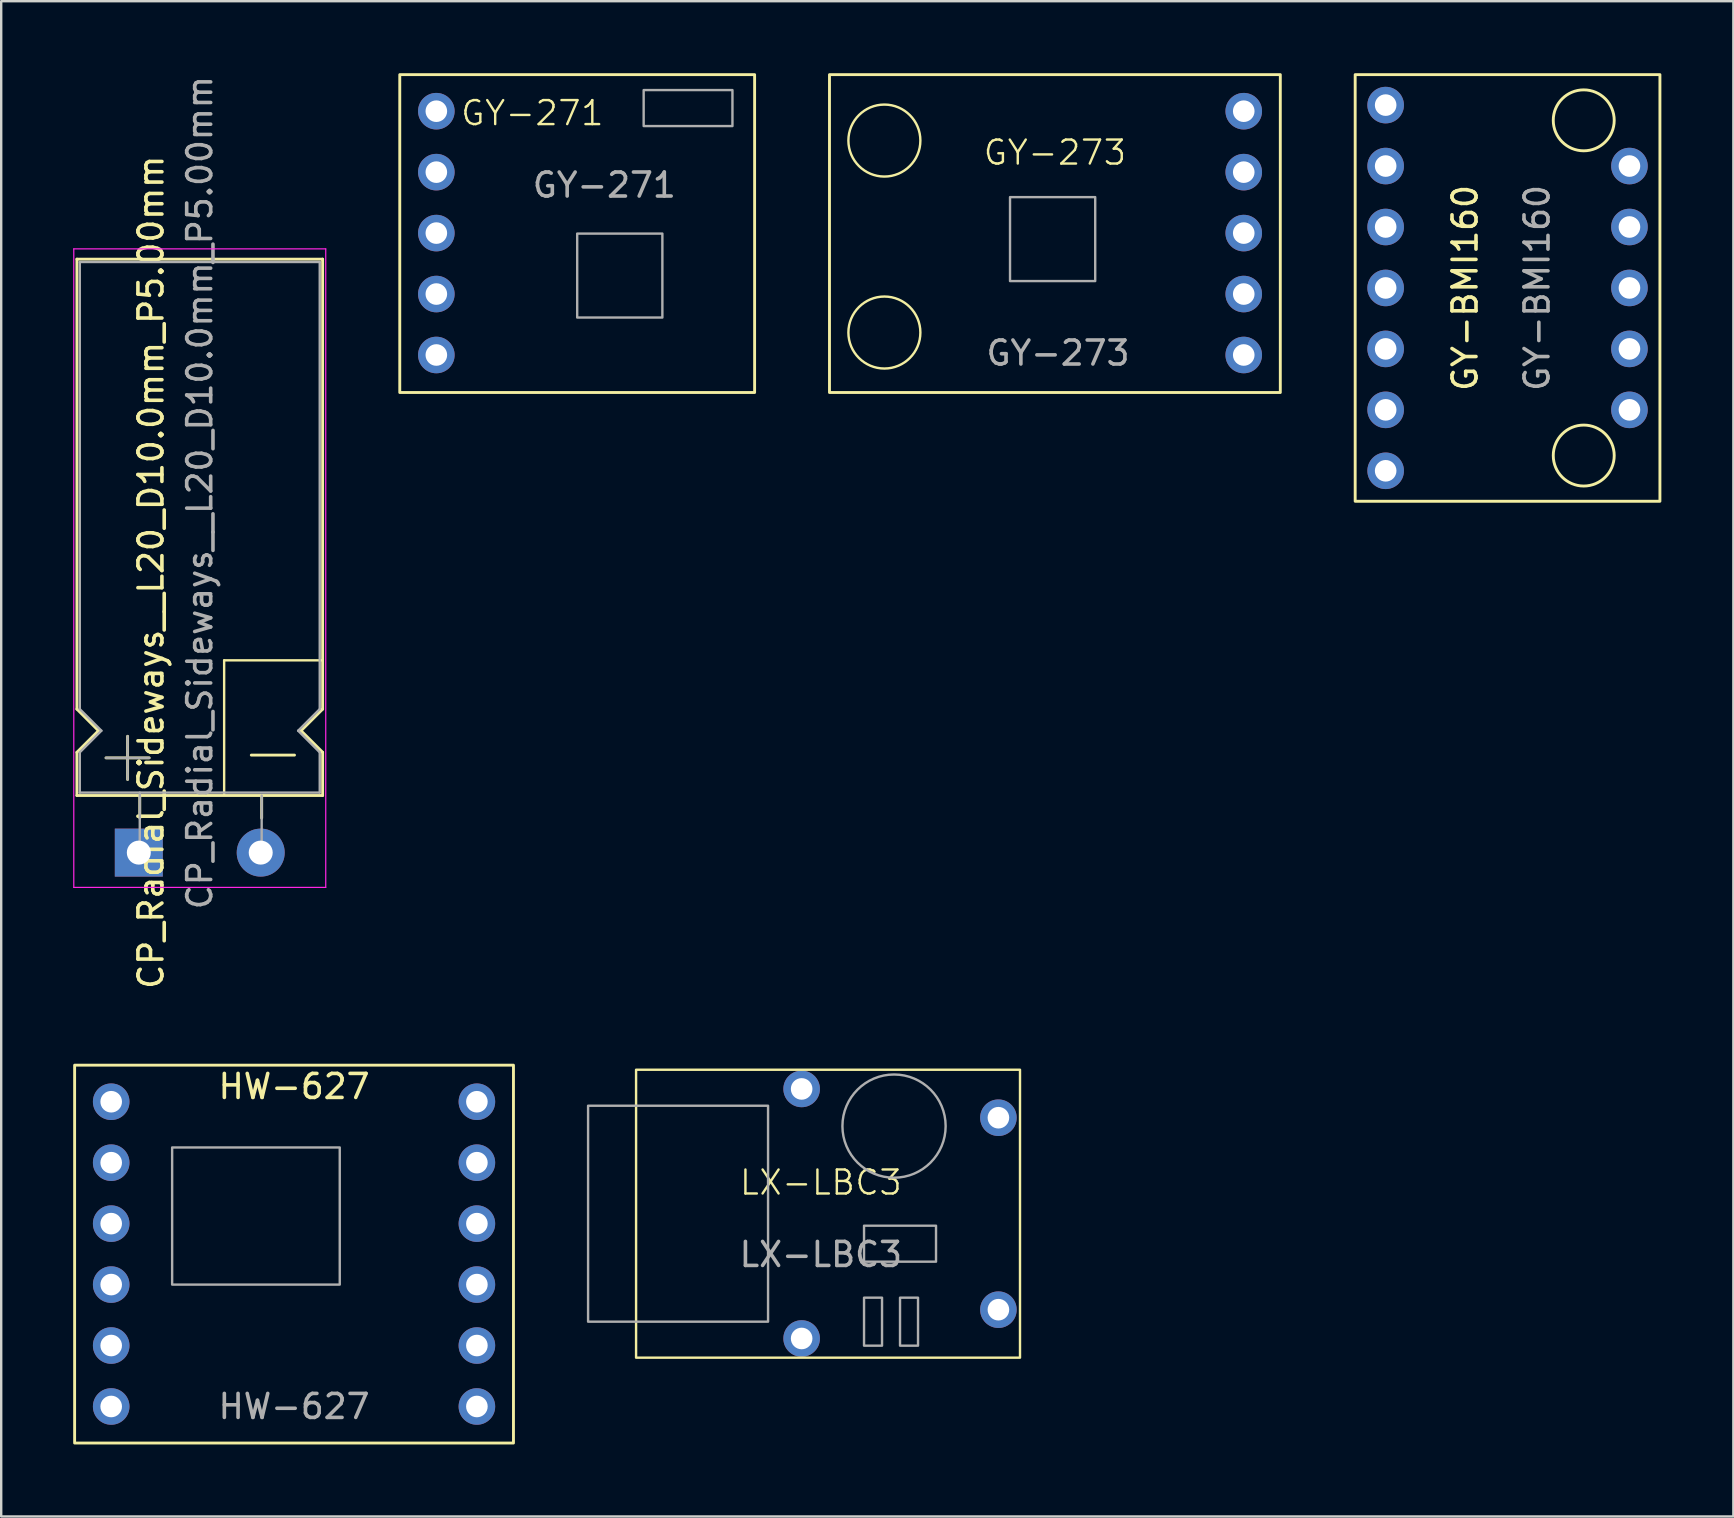
<source format=kicad_pcb>
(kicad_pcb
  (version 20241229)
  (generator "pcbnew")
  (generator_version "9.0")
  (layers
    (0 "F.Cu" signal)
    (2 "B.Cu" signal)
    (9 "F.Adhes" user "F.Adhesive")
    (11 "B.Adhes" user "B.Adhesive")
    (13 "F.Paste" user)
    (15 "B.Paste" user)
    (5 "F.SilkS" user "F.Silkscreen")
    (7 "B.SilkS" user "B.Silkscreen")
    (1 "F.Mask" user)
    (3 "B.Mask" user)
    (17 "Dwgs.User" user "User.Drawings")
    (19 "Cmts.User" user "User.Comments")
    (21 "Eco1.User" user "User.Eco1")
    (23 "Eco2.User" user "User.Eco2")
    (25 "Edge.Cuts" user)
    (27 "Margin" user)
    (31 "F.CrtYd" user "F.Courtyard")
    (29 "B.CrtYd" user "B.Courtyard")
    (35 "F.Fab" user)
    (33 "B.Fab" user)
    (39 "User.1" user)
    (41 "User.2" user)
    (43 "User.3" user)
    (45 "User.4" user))
  (footprint "CP_Radial_Sideways__L20_D10.0mm_P5.00mm"
    (layer "F.Cu")
    (at 2.735 32.482)
    (property "Reference" "CP_Radial_Sideways__L20_D10.0mm_P5.00mm" (at 0.508 -11.684 90) (layer "F.SilkS") (effects (font (size 1 1) (thickness 0.15))))
    (attr through_hole)
    (fp_line (start -2.58 -24.732) (end 7.66 -24.732) (stroke (width 0.12) (type solid)) (layer "F.SilkS"))
    (fp_line (start -2.58 -5.98) (end -2.58 -24.732) (stroke (width 0.12) (type solid)) (layer "F.SilkS"))
    (fp_line (start -2.58 -4.18) (end -1.68 -5.08) (stroke (width 0.12) (type solid)) (layer "F.SilkS"))
    (fp_line (start -2.58 -2.38) (end -2.58 -4.18) (stroke (width 0.12) (type solid)) (layer "F.SilkS"))
    (fp_line (start -2.58 -2.38) (end 7.66 -2.38) (stroke (width 0.12) (type solid)) (layer "F.SilkS"))
    (fp_line (start -1.68 -5.08) (end -2.58 -5.98) (stroke (width 0.12) (type solid)) (layer "F.SilkS"))
    (fp_line (start -1.368 -3.948) (end 0.432 -3.948) (stroke (width 0.12) (type solid)) (layer "F.SilkS"))
    (fp_line (start -0.468 -3.048) (end -0.468 -4.848) (stroke (width 0.12) (type solid)) (layer "F.SilkS"))
    (fp_line (start 0.04 -1.44) (end 0.04 -2.38) (stroke (width 0.12) (type solid)) (layer "F.SilkS"))
    (fp_line (start 3.556 -8.012) (end 7.66 -8.012) (stroke (width 0.1) (type default)) (layer "F.SilkS"))
    (fp_line (start 3.556 -2.424) (end 3.556 -8.012) (stroke (width 0.1) (type default)) (layer "F.SilkS"))
    (fp_line (start 4.688 -4.064) (end 6.488 -4.064) (stroke (width 0.12) (type solid)) (layer "F.SilkS"))
    (fp_line (start 5.12 -1.44) (end 5.12 -2.38) (stroke (width 0.12) (type solid)) (layer "F.SilkS"))
    (fp_line (start 6.76 -5.08) (end 7.66 -5.98) (stroke (width 0.12) (type solid)) (layer "F.SilkS"))
    (fp_line (start 7.66 -5.98) (end 7.66 -24.732) (stroke (width 0.12) (type solid)) (layer "F.SilkS"))
    (fp_line (start 7.66 -4.18) (end 6.76 -5.08) (stroke (width 0.12) (type solid)) (layer "F.SilkS"))
    (fp_line (start 7.66 -2.38) (end 7.66 -4.18) (stroke (width 0.12) (type solid)) (layer "F.SilkS"))
    (fp_line (start -2.71 -25.16) (end -2.71 1.45) (stroke (width 0.05) (type solid)) (layer "F.CrtYd"))
    (fp_line (start -2.71 1.45) (end 7.79 1.45) (stroke (width 0.05) (type solid)) (layer "F.CrtYd"))
    (fp_line (start 7.79 -25.16) (end -2.71 -25.16) (stroke (width 0.05) (type solid)) (layer "F.CrtYd"))
    (fp_line (start 7.79 1.45) (end 7.79 -25.16) (stroke (width 0.05) (type solid)) (layer "F.CrtYd"))
    (fp_line (start -2.46 -24.612) (end 7.54 -24.612) (stroke (width 0.1) (type solid)) (layer "F.Fab"))
    (fp_line (start -2.46 -5.98) (end -2.46 -24.612) (stroke (width 0.1) (type solid)) (layer "F.Fab"))
    (fp_line (start -2.46 -4.18) (end -1.56 -5.08) (stroke (width 0.1) (type solid)) (layer "F.Fab"))
    (fp_line (start -2.46 -2.5) (end -2.46 -4.18) (stroke (width 0.1) (type solid)) (layer "F.Fab"))
    (fp_line (start -2.46 -2.5) (end 7.54 -2.5) (stroke (width 0.1) (type solid)) (layer "F.Fab"))
    (fp_line (start -1.56 -5.08) (end -2.46 -5.98) (stroke (width 0.1) (type solid)) (layer "F.Fab"))
    (fp_line (start -1.368 -3.948) (end 0.432 -3.948) (stroke (width 0.1) (type solid)) (layer "F.Fab"))
    (fp_line (start -0.468 -3.048) (end -0.468 -4.848) (stroke (width 0.1) (type solid)) (layer "F.Fab"))
    (fp_line (start 0.04 0) (end 0.04 -2.5) (stroke (width 0.1) (type solid)) (layer "F.Fab"))
    (fp_line (start 5.12 0.118) (end 5.12 -2.382) (stroke (width 0.1) (type solid)) (layer "F.Fab"))
    (fp_line (start 6.64 -5.08) (end 7.54 -5.98) (stroke (width 0.1) (type solid)) (layer "F.Fab"))
    (fp_line (start 7.54 -5.98) (end 7.54 -24.612) (stroke (width 0.1) (type solid)) (layer "F.Fab"))
    (fp_line (start 7.54 -4.18) (end 6.64 -5.08) (stroke (width 0.1) (type solid)) (layer "F.Fab"))
    (fp_line (start 7.54 -2.5) (end 7.54 -4.18) (stroke (width 0.1) (type solid)) (layer "F.Fab"))
    (fp_text user "${REFERENCE}" (at 2.54 -15 90) (layer "F.Fab") (effects (font (size 1 1) (thickness 0.15))))
    (pad "1" thru_hole rect (at 0 0) (size 2 2) (drill 1) (layers "*.Cu" "*.Mask"))
    (pad "2" thru_hole circle (at 5.08 0) (size 2 2) (drill 1) (layers "*.Cu" "*.Mask")))
  (footprint "GY-273"
    (layer "F.Cu")
    (at 40.806 6.808)
    (property "Reference" "GY-273" (at 0.106 -3.5 0) (unlocked yes) (layer "F.SilkS") (effects (font (size 1 1) (thickness 0.1))))
    (attr through_hole)
    (fp_rect (start 9.5 -6.748) (end -9.288 6.5) (stroke (width 0.12) (type default)) (fill no) (layer "F.SilkS"))
    (fp_circle (center -7 -4) (end -5.5 -4) (stroke (width 0.1) (type default)) (fill no) (layer "F.SilkS"))
    (fp_circle (center -7 4) (end -5.5 4) (stroke (width 0.1) (type default)) (fill no) (layer "F.SilkS"))
    (fp_rect (start -1.764 -1.644) (end 1.786 1.856) (stroke (width 0.1) (type default)) (fill no) (layer "F.Fab"))
    (fp_text user "${REFERENCE}" (at 0.236 4.856 0) (unlocked yes) (layer "F.Fab") (effects (font (size 1 1) (thickness 0.15))))
    (pad "1" thru_hole circle (at 7.976 -5.224) (size 1.524 1.524) (drill 0.9) (layers "*.Cu" "*.Mask"))
    (pad "2" thru_hole circle (at 7.976 -2.684) (size 1.524 1.524) (drill 0.9) (layers "*.Cu" "*.Mask"))
    (pad "3" thru_hole circle (at 7.976 -0.144) (size 1.524 1.524) (drill 0.9) (layers "*.Cu" "*.Mask"))
    (pad "4" thru_hole circle (at 7.976 2.396) (size 1.524 1.524) (drill 0.9) (layers "*.Cu" "*.Mask"))
    (pad "5" thru_hole circle (at 7.976 4.936) (size 1.524 1.524) (drill 0.9) (layers "*.Cu" "*.Mask")))
  (footprint "LX-LBC3"
    (layer "F.Cu")
    (at 39.458 41.53)
    (property "Reference" "LX-LBC3" (at -8.3 4.7 0) (unlocked yes) (layer "F.SilkS") (effects (font (size 1 1) (thickness 0.1))))
    (attr smd)
    (fp_rect (start -16 0) (end 0 12) (stroke (width 0.1) (type default)) (fill no) (layer "F.SilkS"))
    (fp_rect (start -18 1.5) (end -10.5 10.5) (stroke (width 0.1) (type default)) (fill no) (layer "F.Fab"))
    (fp_rect (start -6.5 6.5) (end -3.5 8) (stroke (width 0.1) (type default)) (fill no) (layer "F.Fab"))
    (fp_rect (start -6.5 9.5) (end -5.75 11.5) (stroke (width 0.1) (type default)) (fill no) (layer "F.Fab"))
    (fp_rect (start -5 9.5) (end -4.25 11.5) (stroke (width 0.1) (type default)) (fill no) (layer "F.Fab"))
    (fp_circle (center -5.25 2.349) (end -3.5 1.099) (stroke (width 0.1) (type default)) (fill no) (layer "F.Fab"))
    (fp_text user "${REFERENCE}" (at -8.3 7.7 0) (unlocked yes) (layer "F.Fab") (effects (font (size 1 1) (thickness 0.15))))
    (pad "1" thru_hole circle (at -9.1 0.8 180) (size 1.524 1.524) (drill 0.9) (layers "*.Cu" "*.Mask"))
    (pad "2" thru_hole circle (at -9.1 11.2 180) (size 1.524 1.524) (drill 0.9) (layers "*.Cu" "*.Mask"))
    (pad "3" thru_hole circle (at -0.9 10 180) (size 1.524 1.524) (drill 0.9) (layers "*.Cu" "*.Mask"))
    (pad "4" thru_hole circle (at -0.9 2 180) (size 1.524 1.524) (drill 0.9) (layers "*.Cu" "*.Mask")))
  (footprint "GY-BMI160"
    (layer "F.Cu")
    (at 59.776 8.95)
    (property "Reference" "GY-BMI160" (at -1.77 0 90) (unlocked yes) (layer "F.SilkS") (effects (font (size 1 1) (thickness 0.15))))
    (attr through_hole)
    (fp_rect (start -6.35 -8.89) (end 6.35 8.89) (stroke (width 0.12) (type default)) (fill no) (layer "F.SilkS"))
    (fp_circle (center 3.175 -6.985) (end 1.905 -6.985) (stroke (width 0.12) (type default)) (fill no) (layer "F.SilkS"))
    (fp_circle (center 3.175 6.985) (end 1.905 6.985) (stroke (width 0.12) (type default)) (fill no) (layer "F.SilkS"))
    (fp_text user "${REFERENCE}" (at 1.23 0 90) (unlocked yes) (layer "F.Fab") (effects (font (size 1 1) (thickness 0.15))))
    (pad "1" thru_hole circle (at -5.08 -7.62) (size 1.524 1.524) (drill 0.9) (layers "*.Cu" "*.Mask"))
    (pad "2" thru_hole circle (at -5.08 -5.08) (size 1.524 1.524) (drill 0.9) (layers "*.Cu" "*.Mask"))
    (pad "3" thru_hole circle (at -5.08 -2.54) (size 1.524 1.524) (drill 0.9) (layers "*.Cu" "*.Mask"))
    (pad "4" thru_hole circle (at -5.08 0) (size 1.524 1.524) (drill 0.9) (layers "*.Cu" "*.Mask"))
    (pad "5" thru_hole circle (at -5.08 2.54) (size 1.524 1.524) (drill 0.9) (layers "*.Cu" "*.Mask"))
    (pad "6" thru_hole circle (at -5.08 5.08) (size 1.524 1.524) (drill 0.9) (layers "*.Cu" "*.Mask"))
    (pad "7" thru_hole circle (at -5.08 7.62) (size 1.524 1.524) (drill 0.9) (layers "*.Cu" "*.Mask"))
    (pad "8" thru_hole circle (at 5.08 5.08) (size 1.524 1.524) (drill 0.9) (layers "*.Cu" "*.Mask"))
    (pad "9" thru_hole circle (at 5.08 2.54) (size 1.524 1.524) (drill 0.9) (layers "*.Cu" "*.Mask"))
    (pad "10" thru_hole circle (at 5.08 0) (size 1.524 1.524) (drill 0.9) (layers "*.Cu" "*.Mask"))
    (pad "11" thru_hole circle (at 5.08 -2.54) (size 1.524 1.524) (drill 0.9) (layers "*.Cu" "*.Mask"))
    (pad "12" thru_hole circle (at 5.08 -5.08) (size 1.524 1.524) (drill 0.9) (layers "*.Cu" "*.Mask")))
  (footprint "GY-271"
    (layer "F.Cu")
    (at 20.134 6.664)
    (property "Reference" "GY-271" (at -1 -5 0) (unlocked yes) (layer "F.SilkS") (effects (font (size 1 1) (thickness 0.1))))
    (attr through_hole)
    (fp_rect (start -6.524 -6.604) (end 8.264 6.644) (stroke (width 0.12) (type default)) (fill no) (layer "F.SilkS"))
    (fp_rect (start 0.87 0.02) (end 4.42 3.52) (stroke (width 0.1) (type default)) (fill no) (layer "F.Fab"))
    (fp_rect (start 3.64 -5.96) (end 7.34 -4.46) (stroke (width 0.1) (type default)) (fill no) (layer "F.Fab"))
    (fp_text user "${REFERENCE}" (at 2 -2 0) (unlocked yes) (layer "F.Fab") (effects (font (size 1 1) (thickness 0.15))))
    (pad "1" thru_hole circle (at -5 -5.08) (size 1.524 1.524) (drill 0.9) (layers "*.Cu" "*.Mask"))
    (pad "2" thru_hole circle (at -5 -2.54) (size 1.524 1.524) (drill 0.9) (layers "*.Cu" "*.Mask"))
    (pad "3" thru_hole circle (at -5 0) (size 1.524 1.524) (drill 0.9) (layers "*.Cu" "*.Mask"))
    (pad "4" thru_hole circle (at -5 2.54) (size 1.524 1.524) (drill 0.9) (layers "*.Cu" "*.Mask"))
    (pad "5" thru_hole circle (at -5 5.08) (size 1.524 1.524) (drill 0.9) (layers "*.Cu" "*.Mask")))
  (footprint "HW-627"
    (layer "F.Cu")
    (at 9.204 47.944)
    (property "Reference" "HW-627" (at 0 -5.715 0) (unlocked yes) (layer "F.SilkS") (effects (font (size 1 1) (thickness 0.15))))
    (attr through_hole)
    (fp_rect (start -9.144 -6.604) (end 9.144 9.144) (stroke (width 0.12) (type default)) (fill no) (layer "F.SilkS"))
    (fp_rect (start -5.08 -3.175) (end 1.905 2.54) (stroke (width 0.1) (type default)) (fill no) (layer "F.Fab"))
    (fp_text user "${REFERENCE}" (at 0 7.62 0) (unlocked yes) (layer "F.Fab") (effects (font (size 1 1) (thickness 0.15))))
    (pad "1" thru_hole circle (at -7.62 -5.08) (size 1.524 1.524) (drill 0.9) (layers "*.Cu" "*.Mask"))
    (pad "2" thru_hole circle (at -7.62 -2.54) (size 1.524 1.524) (drill 0.9) (layers "*.Cu" "*.Mask"))
    (pad "3" thru_hole circle (at -7.62 0) (size 1.524 1.524) (drill 0.9) (layers "*.Cu" "*.Mask"))
    (pad "4" thru_hole circle (at -7.62 2.54) (size 1.524 1.524) (drill 0.9) (layers "*.Cu" "*.Mask"))
    (pad "5" thru_hole circle (at -7.62 5.08) (size 1.524 1.524) (drill 0.9) (layers "*.Cu" "*.Mask"))
    (pad "6" thru_hole circle (at -7.62 7.62) (size 1.524 1.524) (drill 0.9) (layers "*.Cu" "*.Mask"))
    (pad "7" thru_hole circle (at 7.62 7.62) (size 1.524 1.524) (drill 0.9) (layers "*.Cu" "*.Mask"))
    (pad "8" thru_hole circle (at 7.62 5.08) (size 1.524 1.524) (drill 0.9) (layers "*.Cu" "*.Mask"))
    (pad "9" thru_hole circle (at 7.62 2.54) (size 1.524 1.524) (drill 0.9) (layers "*.Cu" "*.Mask"))
    (pad "10" thru_hole circle (at 7.62 0) (size 1.524 1.524) (drill 0.9) (layers "*.Cu" "*.Mask"))
    (pad "11" thru_hole circle (at 7.62 -2.54) (size 1.524 1.524) (drill 0.9) (layers "*.Cu" "*.Mask"))
    (pad "12" thru_hole circle (at 7.62 -5.08) (size 1.524 1.524) (drill 0.9) (layers "*.Cu" "*.Mask")))
  (gr_rect
    (start -3 -3)
    (end 69.186 60.148)
    (stroke (width 0.1) (type default))
    (fill no)
    (layer "Edge.Cuts")))
</source>
